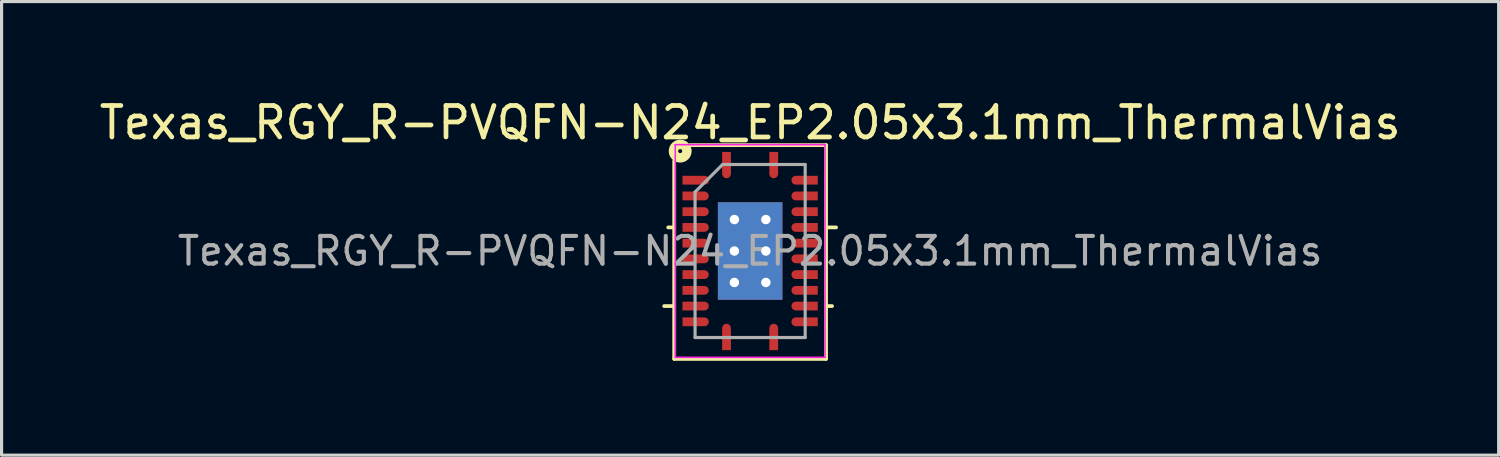
<source format=kicad_pcb>
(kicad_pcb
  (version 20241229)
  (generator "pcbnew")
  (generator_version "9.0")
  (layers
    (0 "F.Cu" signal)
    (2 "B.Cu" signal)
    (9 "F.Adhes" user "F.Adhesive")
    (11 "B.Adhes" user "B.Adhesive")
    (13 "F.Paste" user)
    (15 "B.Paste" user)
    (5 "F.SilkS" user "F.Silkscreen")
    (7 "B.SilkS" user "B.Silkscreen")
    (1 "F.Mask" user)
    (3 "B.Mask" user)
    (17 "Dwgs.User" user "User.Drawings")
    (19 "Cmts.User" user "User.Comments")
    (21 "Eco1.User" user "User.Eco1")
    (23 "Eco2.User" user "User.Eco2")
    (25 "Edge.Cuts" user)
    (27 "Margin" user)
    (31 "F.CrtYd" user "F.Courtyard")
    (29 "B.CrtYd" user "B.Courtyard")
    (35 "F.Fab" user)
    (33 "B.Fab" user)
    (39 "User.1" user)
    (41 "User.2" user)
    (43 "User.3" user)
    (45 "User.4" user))
  (footprint "Texas_RGY_R-PVQFN-N24_EP2.05x3.1mm_ThermalVias"
    (layer "F.Cu")
    (at 20.792 4.928)
    (property "Reference" "Texas_RGY_R-PVQFN-N24_EP2.05x3.1mm_ThermalVias" (at 0 -4.08 0) (layer "F.SilkS") (effects (font (size 1 1) (thickness 0.15))))
    (attr smd)
    (fp_line (start -2.413 -2.857) (end -2.413 3.429) (stroke (width 0.12) (type solid)) (layer "F.SilkS"))
    (fp_line (start -2.413 -0.75) (end -2.603 -0.75) (stroke (width 0.12) (type solid)) (layer "F.SilkS"))
    (fp_line (start -2.413 1.75) (end -2.731 1.75) (stroke (width 0.12) (type solid)) (layer "F.SilkS"))
    (fp_line (start -2.413 3.429) (end 2.413 3.429) (stroke (width 0.12) (type solid)) (layer "F.SilkS"))
    (fp_line (start 2.413 -3.365) (end -1.905 -3.365) (stroke (width 0.12) (type solid)) (layer "F.SilkS"))
    (fp_line (start 2.413 -0.75) (end 2.731 -0.75) (stroke (width 0.12) (type solid)) (layer "F.SilkS"))
    (fp_line (start 2.413 1.75) (end 2.603 1.75) (stroke (width 0.12) (type solid)) (layer "F.SilkS"))
    (fp_line (start 2.413 3.429) (end 2.413 -3.365) (stroke (width 0.12) (type solid)) (layer "F.SilkS"))
    (fp_circle (center -2.223 -3.175) (end -2.159 -3.175) (stroke (width 0.3) (type solid)) (fill no) (layer "F.SilkS"))
    (fp_line (start -2.38 -3.38) (end -2.38 3.38) (stroke (width 0.05) (type solid)) (layer "F.CrtYd"))
    (fp_line (start -2.38 3.38) (end 2.38 3.38) (stroke (width 0.05) (type solid)) (layer "F.CrtYd"))
    (fp_line (start 2.38 -3.38) (end -2.38 -3.38) (stroke (width 0.05) (type solid)) (layer "F.CrtYd"))
    (fp_line (start 2.38 3.38) (end 2.38 -3.38) (stroke (width 0.05) (type solid)) (layer "F.CrtYd"))
    (fp_line (start -1.75 -1.875) (end -0.875 -2.75) (stroke (width 0.1) (type solid)) (layer "F.Fab"))
    (fp_line (start -1.75 2.75) (end -1.75 -1.875) (stroke (width 0.1) (type solid)) (layer "F.Fab"))
    (fp_line (start -0.875 -2.75) (end 1.75 -2.75) (stroke (width 0.1) (type solid)) (layer "F.Fab"))
    (fp_line (start 1.75 -2.75) (end 1.75 2.75) (stroke (width 0.1) (type solid)) (layer "F.Fab"))
    (fp_line (start 1.75 2.75) (end -1.75 2.75) (stroke (width 0.1) (type solid)) (layer "F.Fab"))
    (fp_text user "${REFERENCE}" (at 0 0 0) (layer "F.Fab") (effects (font (size 0.88 0.88) (thickness 0.13))))
    (pad "" smd rect (at -0.56 -0.81) (size 0.82 1.32) (layers "F.Paste"))
    (pad "" smd rect (at -0.56 0.81) (size 0.82 1.32) (layers "F.Paste"))
    (pad "" smd rect (at 0.56 -0.81) (size 0.82 1.32) (layers "F.Paste"))
    (pad "" smd rect (at 0.56 0.81) (size 0.82 1.32) (layers "F.Paste"))
    (pad "1" smd custom (at -0.75 -2.795) (size 0.28 0.71) (layers "F.Cu" "F.Mask" "F.Paste") (options (anchor rect)) (primitives (gr_circle (center 0 0.343) (end 0.14 0.343) (width 0) (fill yes))))
    (pad "2" smd custom (at -1.795 -2.25) (size 0.71 0.28) (layers "F.Cu" "F.Mask" "F.Paste") (options (anchor rect)) (primitives (gr_circle (center 0.355 0) (end 0.495 0) (width 0) (fill yes))))
    (pad "3" smd custom (at -1.795 -1.75) (size 0.71 0.28) (layers "F.Cu" "F.Mask" "F.Paste") (options (anchor rect)) (primitives (gr_circle (center 0.343 0) (end 0.482 0) (width 0) (fill yes))))
    (pad "4" smd custom (at -1.795 -1.25) (size 0.71 0.28) (layers "F.Cu" "F.Mask" "F.Paste") (options (anchor rect)) (primitives (gr_circle (center 0.343 0) (end 0.482 0) (width 0) (fill yes))))
    (pad "5" smd custom (at -1.795 -0.75) (size 0.71 0.28) (layers "F.Cu" "F.Mask" "F.Paste") (options (anchor rect)) (primitives (gr_circle (center 0.343 0) (end 0.482 0) (width 0) (fill yes))))
    (pad "6" smd custom (at -1.795 -0.25) (size 0.71 0.28) (layers "F.Cu" "F.Mask" "F.Paste") (options (anchor rect)) (primitives (gr_circle (center 0.343 0) (end 0.482 0) (width 0) (fill yes))))
    (pad "7" smd custom (at -1.795 0.25) (size 0.71 0.28) (layers "F.Cu" "F.Mask" "F.Paste") (options (anchor rect)) (primitives (gr_circle (center 0.343 0) (end 0.482 0) (width 0) (fill yes))))
    (pad "8" smd custom (at -1.795 0.75) (size 0.71 0.28) (layers "F.Cu" "F.Mask" "F.Paste") (options (anchor rect)) (primitives (gr_circle (center 0.343 0) (end 0.482 0) (width 0) (fill yes))))
    (pad "9" smd custom (at -1.795 1.25) (size 0.71 0.28) (layers "F.Cu" "F.Mask" "F.Paste") (options (anchor rect)) (primitives (gr_circle (center 0.343 0) (end 0.482 0) (width 0) (fill yes))))
    (pad "10" smd custom (at -1.795 1.75) (size 0.71 0.28) (layers "F.Cu" "F.Mask" "F.Paste") (options (anchor rect)) (primitives (gr_circle (center 0.343 0) (end 0.482 0) (width 0) (fill yes))))
    (pad "11" smd custom (at -1.795 2.25) (size 0.71 0.28) (layers "F.Cu" "F.Mask" "F.Paste") (options (anchor rect)) (primitives (gr_circle (center 0.343 0) (end 0.482 0) (width 0) (fill yes))))
    (pad "12" smd custom (at -0.75 2.795) (size 0.28 0.71) (layers "F.Cu" "F.Mask" "F.Paste") (options (anchor rect)) (primitives (gr_circle (center 0 -0.343) (end 0.14 -0.343) (width 0) (fill yes))))
    (pad "13" smd custom (at 0.75 2.795) (size 0.28 0.71) (layers "F.Cu" "F.Mask" "F.Paste") (options (anchor rect)) (primitives (gr_circle (center 0 -0.343) (end 0.14 -0.343) (width 0) (fill yes))))
    (pad "14" smd custom (at 1.795 2.25) (size 0.71 0.28) (layers "F.Cu" "F.Mask" "F.Paste") (options (anchor rect)) (primitives (gr_circle (center -0.343 0) (end -0.203 0) (width 0) (fill yes))))
    (pad "15" smd custom (at 1.795 1.75) (size 0.71 0.28) (layers "F.Cu" "F.Mask" "F.Paste") (options (anchor rect)) (primitives (gr_circle (center -0.343 0) (end -0.203 0) (width 0) (fill yes))))
    (pad "16" smd custom (at 1.795 1.25) (size 0.71 0.28) (layers "F.Cu" "F.Mask" "F.Paste") (options (anchor rect)) (primitives (gr_circle (center -0.343 0) (end -0.203 0) (width 0) (fill yes))))
    (pad "17" smd custom (at 1.795 0.75) (size 0.71 0.28) (layers "F.Cu" "F.Mask" "F.Paste") (options (anchor rect)) (primitives (gr_circle (center -0.343 0) (end -0.203 0) (width 0) (fill yes))))
    (pad "18" smd custom (at 1.795 0.25) (size 0.71 0.28) (layers "F.Cu" "F.Mask" "F.Paste") (options (anchor rect)) (primitives (gr_circle (center -0.343 0) (end -0.203 0) (width 0) (fill yes))))
    (pad "19" smd custom (at 1.795 -0.25) (size 0.71 0.28) (layers "F.Cu" "F.Mask" "F.Paste") (options (anchor rect)) (primitives (gr_circle (center -0.343 0) (end -0.203 0) (width 0) (fill yes))))
    (pad "20" smd custom (at 1.795 -0.75) (size 0.71 0.28) (layers "F.Cu" "F.Mask" "F.Paste") (options (anchor rect)) (primitives (gr_circle (center -0.343 0) (end -0.203 0) (width 0) (fill yes))))
    (pad "21" smd custom (at 1.795 -1.25) (size 0.71 0.28) (layers "F.Cu" "F.Mask" "F.Paste") (options (anchor rect)) (primitives (gr_circle (center -0.343 0) (end -0.203 0) (width 0) (fill yes))))
    (pad "22" smd custom (at 1.795 -1.75) (size 0.71 0.28) (layers "F.Cu" "F.Mask" "F.Paste") (options (anchor rect)) (primitives (gr_circle (center -0.343 0) (end -0.203 0) (width 0) (fill yes))))
    (pad "23" smd custom (at 1.795 -2.25) (size 0.71 0.28) (layers "F.Cu" "F.Mask" "F.Paste") (options (anchor rect)) (primitives (gr_circle (center -0.343 0) (end -0.203 0) (width 0) (fill yes))))
    (pad "24" smd custom (at 0.75 -2.795) (size 0.28 0.71) (layers "F.Cu" "F.Mask" "F.Paste") (options (anchor rect)) (primitives (gr_circle (center 0 0.343) (end 0.14 0.343) (width 0) (fill yes))))
    (pad "25" thru_hole circle (at -0.5 -1) (size 0.6 0.6) (drill 0.3) (layers "*.Cu"))
    (pad "25" thru_hole circle (at -0.5 0) (size 0.6 0.6) (drill 0.3) (layers "*.Cu"))
    (pad "25" thru_hole circle (at -0.5 1) (size 0.6 0.6) (drill 0.3) (layers "*.Cu"))
    (pad "25" smd rect (at 0 0) (size 2.05 3.1) (layers "F.Cu" "F.Mask"))
    (pad "25" smd rect (at 0 0) (size 2.05 3.1) (layers "B.Cu" "B.Mask"))
    (pad "25" thru_hole circle (at 0.5 -1) (size 0.6 0.6) (drill 0.3) (layers "*.Cu"))
    (pad "25" thru_hole circle (at 0.5 0) (size 0.6 0.6) (drill 0.3) (layers "*.Cu"))
    (pad "25" thru_hole circle (at 0.5 1) (size 0.6 0.6) (drill 0.3) (layers "*.Cu")))
  (gr_rect
    (start -3 -3)
    (end 44.583 11.417)
    (stroke (width 0.1) (type default))
    (fill no)
    (layer "Edge.Cuts")))
</source>
